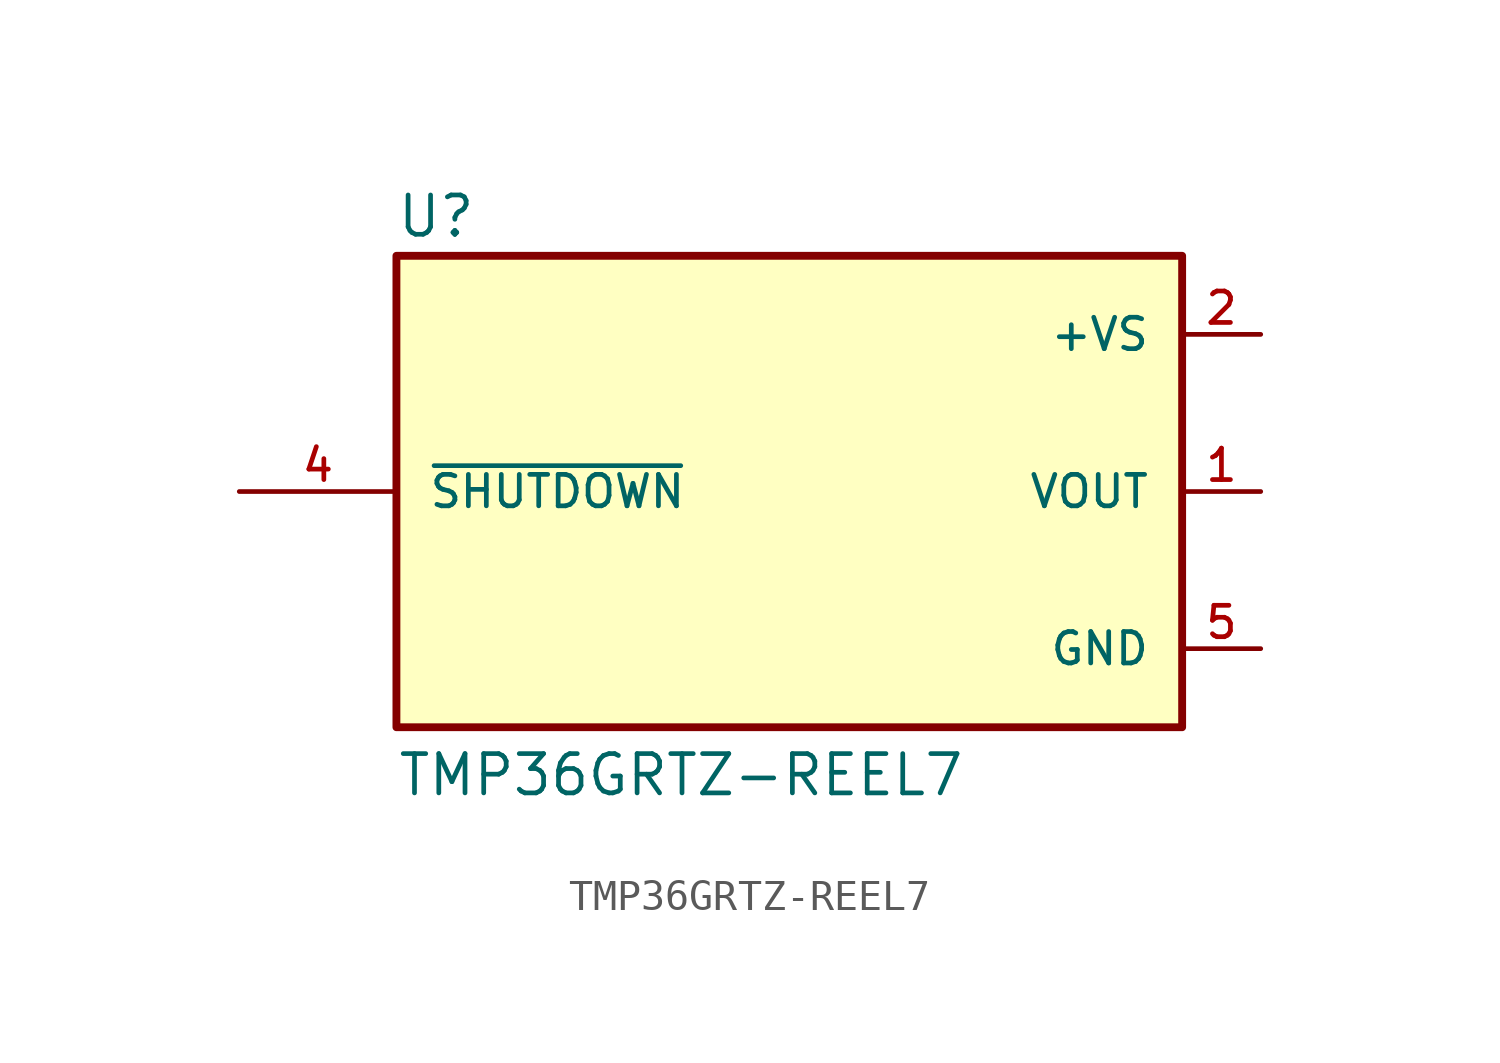
<source format=kicad_sym>
(kicad_symbol_lib
  (version 20211014)
  (generator kicad_symbol_editor)
  (symbol "TMP36GRTZ-REEL7"
    (pin_names
      (offset 1.016))
    (property "Reference" "U"
      (at -12.725 8.153 0)
      (effects (font (size 1.27 1.27)) (justify left bottom)))
    (property "Value" "TMP36GRTZ-REEL7"
      (at -12.7 -9.906 0)
      (effects (font (size 1.27 1.27)) (justify left bottom)))
    (property "ki_locked" ""
      (at 0 0 0)
      (effects (font (size 1.27 1.27))))
    (symbol "TMP36GRTZ-REEL7_0_0"
      (rectangle (start -12.7 -7.62) (end 12.7 7.62) (stroke (width 0.254) (type default) (color 0 0 0 0)) (fill (type background)))
      (pin output line (at 15.24 0 180) (length 2.54) (name "VOUT" (effects (font (size 1.016 1.016)))) (number "1" (effects (font (size 1.016 1.016)))))
      (pin power_in line (at 15.24 5.08 180) (length 2.54) (name "+VS" (effects (font (size 1.016 1.016)))) (number "2" (effects (font (size 1.016 1.016)))))
      (pin input line (at -17.78 0 0) (length 5.08) (name "~{SHUTDOWN}" (effects (font (size 1.016 1.016)))) (number "4" (effects (font (size 1.016 1.016)))))
      (pin power_in line (at 15.24 -5.08 180) (length 2.54) (name "GND" (effects (font (size 1.016 1.016)))) (number "5" (effects (font (size 1.016 1.016))))))))
</source>
